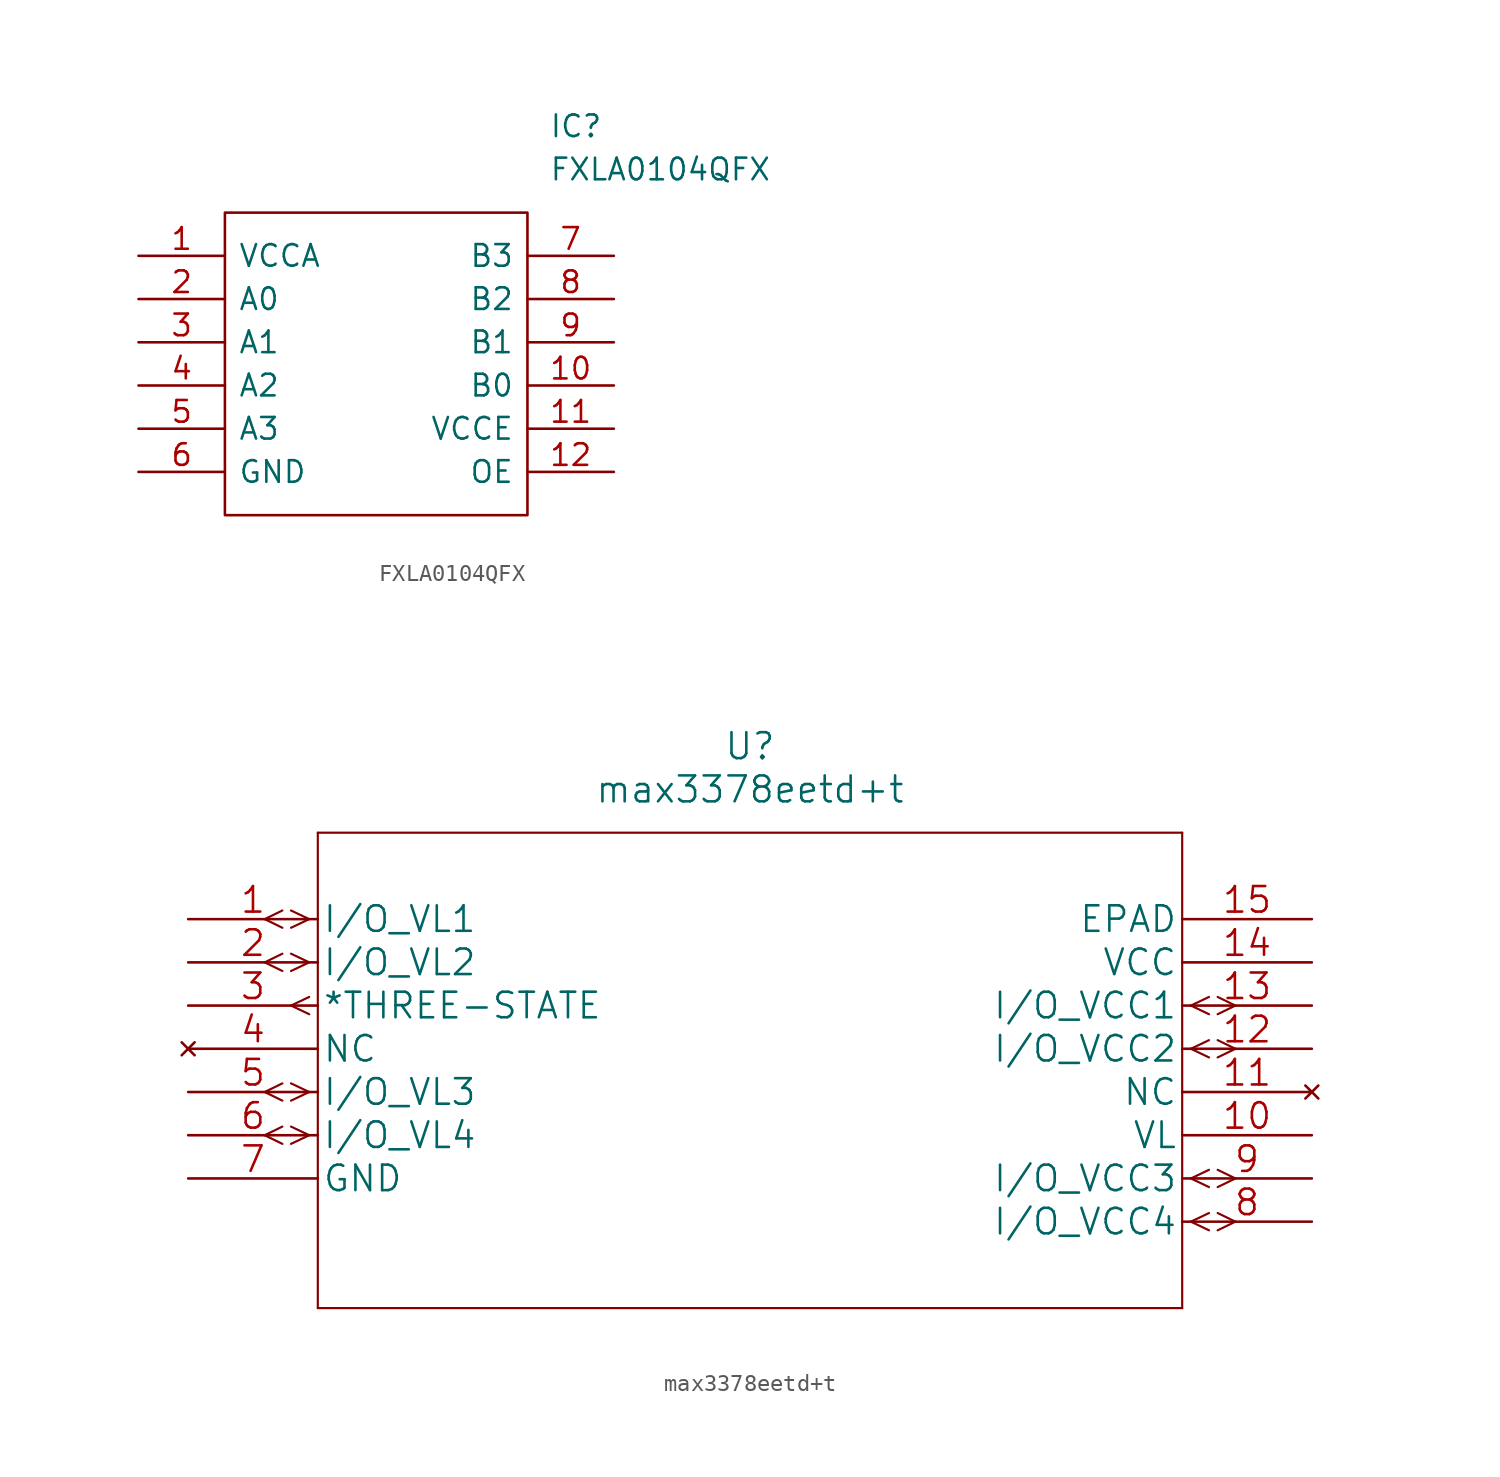
<source format=kicad_sym>
(kicad_symbol_lib
  (version 20211014)
  (generator kicad_symbol_editor)
  (symbol "FXLA0104QFX"
    (pin_names
      (offset 0.762))
    (property "Reference" "IC"
      (at 24.13 7.62 0)
      (effects (font (size 1.27 1.27)) (justify left)))
    (property "Value" "FXLA0104QFX"
      (at 24.13 5.08 0)
      (effects (font (size 1.27 1.27)) (justify left)))
    (symbol "FXLA0104QFX_0_0"
      (pin passive line (at 0 0 0) (length 5.08) (name "VCCA" (effects (font (size 1.27 1.27)))) (number "1" (effects (font (size 1.27 1.27)))))
      (pin passive line (at 27.94 -7.62 180) (length 5.08) (name "B0" (effects (font (size 1.27 1.27)))) (number "10" (effects (font (size 1.27 1.27)))))
      (pin passive line (at 27.94 -10.16 180) (length 5.08) (name "VCCE" (effects (font (size 1.27 1.27)))) (number "11" (effects (font (size 1.27 1.27)))))
      (pin passive line (at 27.94 -12.7 180) (length 5.08) (name "OE" (effects (font (size 1.27 1.27)))) (number "12" (effects (font (size 1.27 1.27)))))
      (pin passive line (at 0 -2.54 0) (length 5.08) (name "A0" (effects (font (size 1.27 1.27)))) (number "2" (effects (font (size 1.27 1.27)))))
      (pin passive line (at 0 -5.08 0) (length 5.08) (name "A1" (effects (font (size 1.27 1.27)))) (number "3" (effects (font (size 1.27 1.27)))))
      (pin passive line (at 0 -7.62 0) (length 5.08) (name "A2" (effects (font (size 1.27 1.27)))) (number "4" (effects (font (size 1.27 1.27)))))
      (pin passive line (at 0 -10.16 0) (length 5.08) (name "A3" (effects (font (size 1.27 1.27)))) (number "5" (effects (font (size 1.27 1.27)))))
      (pin passive line (at 0 -12.7 0) (length 5.08) (name "GND" (effects (font (size 1.27 1.27)))) (number "6" (effects (font (size 1.27 1.27)))))
      (pin passive line (at 27.94 0 180) (length 5.08) (name "B3" (effects (font (size 1.27 1.27)))) (number "7" (effects (font (size 1.27 1.27)))))
      (pin passive line (at 27.94 -2.54 180) (length 5.08) (name "B2" (effects (font (size 1.27 1.27)))) (number "8" (effects (font (size 1.27 1.27)))))
      (pin passive line (at 27.94 -5.08 180) (length 5.08) (name "B1" (effects (font (size 1.27 1.27)))) (number "9" (effects (font (size 1.27 1.27))))))
    (symbol "FXLA0104QFX_0_1"
      (polyline (pts (xy 5.08 2.54) (xy 22.86 2.54) (xy 22.86 -15.24) (xy 5.08 -15.24) (xy 5.08 2.54)) (stroke (width 0.152) (type default) (color 0 0 0 0)) (fill (type none)))))
  (symbol "max3378eetd+t"
    (pin_names
      (offset 0.254))
    (property "Reference" "U"
      (at 33.02 10.16 0)
      (effects (font (size 1.524 1.524))))
    (property "Value" "max3378eetd+t"
      (at 33.02 7.62 0)
      (effects (font (size 1.524 1.524))))
    (property "Datasheet" ""
      (at 0 0 0)
      (effects (font (size 1.524 1.524))))
    (symbol "max3378eetd+t_1_1"
      (polyline (pts (xy 5.537 -13.208) (xy 4.496 -12.7)) (stroke (width 0.127) (type default) (color 0 0 0 0)) (fill (type none)))
      (polyline (pts (xy 5.537 -12.192) (xy 4.496 -12.7)) (stroke (width 0.127) (type default) (color 0 0 0 0)) (fill (type none)))
      (polyline (pts (xy 5.537 -10.668) (xy 4.496 -10.16)) (stroke (width 0.127) (type default) (color 0 0 0 0)) (fill (type none)))
      (polyline (pts (xy 5.537 -9.652) (xy 4.496 -10.16)) (stroke (width 0.127) (type default) (color 0 0 0 0)) (fill (type none)))
      (polyline (pts (xy 5.537 -3.048) (xy 4.496 -2.54)) (stroke (width 0.127) (type default) (color 0 0 0 0)) (fill (type none)))
      (polyline (pts (xy 5.537 -2.032) (xy 4.496 -2.54)) (stroke (width 0.127) (type default) (color 0 0 0 0)) (fill (type none)))
      (polyline (pts (xy 5.537 -0.508) (xy 4.496 0)) (stroke (width 0.127) (type default) (color 0 0 0 0)) (fill (type none)))
      (polyline (pts (xy 5.537 0.508) (xy 4.496 0)) (stroke (width 0.127) (type default) (color 0 0 0 0)) (fill (type none)))
      (polyline (pts (xy 7.112 -12.7) (xy 6.045 -13.208)) (stroke (width 0.127) (type default) (color 0 0 0 0)) (fill (type none)))
      (polyline (pts (xy 7.112 -12.7) (xy 6.045 -12.192)) (stroke (width 0.127) (type default) (color 0 0 0 0)) (fill (type none)))
      (polyline (pts (xy 7.112 -10.16) (xy 6.045 -10.668)) (stroke (width 0.127) (type default) (color 0 0 0 0)) (fill (type none)))
      (polyline (pts (xy 7.112 -10.16) (xy 6.045 -9.652)) (stroke (width 0.127) (type default) (color 0 0 0 0)) (fill (type none)))
      (polyline (pts (xy 7.112 -5.588) (xy 6.045 -5.08)) (stroke (width 0.127) (type default) (color 0 0 0 0)) (fill (type none)))
      (polyline (pts (xy 7.112 -4.572) (xy 6.045 -5.08)) (stroke (width 0.127) (type default) (color 0 0 0 0)) (fill (type none)))
      (polyline (pts (xy 7.112 -2.54) (xy 6.045 -3.048)) (stroke (width 0.127) (type default) (color 0 0 0 0)) (fill (type none)))
      (polyline (pts (xy 7.112 -2.54) (xy 6.045 -2.032)) (stroke (width 0.127) (type default) (color 0 0 0 0)) (fill (type none)))
      (polyline (pts (xy 7.112 0) (xy 6.045 -0.508)) (stroke (width 0.127) (type default) (color 0 0 0 0)) (fill (type none)))
      (polyline (pts (xy 7.112 0) (xy 6.045 0.508)) (stroke (width 0.127) (type default) (color 0 0 0 0)) (fill (type none)))
      (polyline (pts (xy 7.62 -22.86) (xy 58.42 -22.86)) (stroke (width 0.127) (type default) (color 0 0 0 0)) (fill (type none)))
      (polyline (pts (xy 7.62 5.08) (xy 7.62 -22.86)) (stroke (width 0.127) (type default) (color 0 0 0 0)) (fill (type none)))
      (polyline (pts (xy 58.42 -22.86) (xy 58.42 5.08)) (stroke (width 0.127) (type default) (color 0 0 0 0)) (fill (type none)))
      (polyline (pts (xy 58.42 5.08) (xy 7.62 5.08)) (stroke (width 0.127) (type default) (color 0 0 0 0)) (fill (type none)))
      (polyline (pts (xy 58.928 -17.78) (xy 59.995 -18.288)) (stroke (width 0.127) (type default) (color 0 0 0 0)) (fill (type none)))
      (polyline (pts (xy 58.928 -17.78) (xy 59.995 -17.272)) (stroke (width 0.127) (type default) (color 0 0 0 0)) (fill (type none)))
      (polyline (pts (xy 58.928 -15.24) (xy 59.995 -15.748)) (stroke (width 0.127) (type default) (color 0 0 0 0)) (fill (type none)))
      (polyline (pts (xy 58.928 -15.24) (xy 59.995 -14.732)) (stroke (width 0.127) (type default) (color 0 0 0 0)) (fill (type none)))
      (polyline (pts (xy 58.928 -7.62) (xy 59.995 -8.128)) (stroke (width 0.127) (type default) (color 0 0 0 0)) (fill (type none)))
      (polyline (pts (xy 58.928 -7.62) (xy 59.995 -7.112)) (stroke (width 0.127) (type default) (color 0 0 0 0)) (fill (type none)))
      (polyline (pts (xy 58.928 -5.08) (xy 59.995 -5.588)) (stroke (width 0.127) (type default) (color 0 0 0 0)) (fill (type none)))
      (polyline (pts (xy 58.928 -5.08) (xy 59.995 -4.572)) (stroke (width 0.127) (type default) (color 0 0 0 0)) (fill (type none)))
      (polyline (pts (xy 60.503 -18.288) (xy 61.544 -17.78)) (stroke (width 0.127) (type default) (color 0 0 0 0)) (fill (type none)))
      (polyline (pts (xy 60.503 -17.272) (xy 61.544 -17.78)) (stroke (width 0.127) (type default) (color 0 0 0 0)) (fill (type none)))
      (polyline (pts (xy 60.503 -15.748) (xy 61.544 -15.24)) (stroke (width 0.127) (type default) (color 0 0 0 0)) (fill (type none)))
      (polyline (pts (xy 60.503 -14.732) (xy 61.544 -15.24)) (stroke (width 0.127) (type default) (color 0 0 0 0)) (fill (type none)))
      (polyline (pts (xy 60.503 -8.128) (xy 61.544 -7.62)) (stroke (width 0.127) (type default) (color 0 0 0 0)) (fill (type none)))
      (polyline (pts (xy 60.503 -7.112) (xy 61.544 -7.62)) (stroke (width 0.127) (type default) (color 0 0 0 0)) (fill (type none)))
      (polyline (pts (xy 60.503 -5.588) (xy 61.544 -5.08)) (stroke (width 0.127) (type default) (color 0 0 0 0)) (fill (type none)))
      (polyline (pts (xy 60.503 -4.572) (xy 61.544 -5.08)) (stroke (width 0.127) (type default) (color 0 0 0 0)) (fill (type none)))
      (pin bidirectional line (at 0 0 0) (length 7.62) (name "I/O_VL1" (effects (font (size 1.499 1.499)))) (number "1" (effects (font (size 1.499 1.499)))))
      (pin power_in line (at 66.04 -12.7 180) (length 7.62) (name "VL" (effects (font (size 1.499 1.499)))) (number "10" (effects (font (size 1.499 1.499)))))
      (pin no_connect line (at 66.04 -10.16 180) (length 7.62) (name "NC" (effects (font (size 1.499 1.499)))) (number "11" (effects (font (size 1.499 1.499)))))
      (pin bidirectional line (at 66.04 -7.62 180) (length 7.62) (name "I/O_VCC2" (effects (font (size 1.499 1.499)))) (number "12" (effects (font (size 1.499 1.499)))))
      (pin bidirectional line (at 66.04 -5.08 180) (length 7.62) (name "I/O_VCC1" (effects (font (size 1.499 1.499)))) (number "13" (effects (font (size 1.499 1.499)))))
      (pin power_in line (at 66.04 -2.54 180) (length 7.62) (name "VCC" (effects (font (size 1.499 1.499)))) (number "14" (effects (font (size 1.499 1.499)))))
      (pin power_in line (at 66.04 0 180) (length 7.62) (name "EPAD" (effects (font (size 1.499 1.499)))) (number "15" (effects (font (size 1.499 1.499)))))
      (pin bidirectional line (at 0 -2.54 0) (length 7.62) (name "I/O_VL2" (effects (font (size 1.499 1.499)))) (number "2" (effects (font (size 1.499 1.499)))))
      (pin output line (at 0 -5.08 0) (length 7.62) (name "*THREE-STATE" (effects (font (size 1.499 1.499)))) (number "3" (effects (font (size 1.499 1.499)))))
      (pin no_connect line (at 0 -7.62 0) (length 7.62) (name "NC" (effects (font (size 1.499 1.499)))) (number "4" (effects (font (size 1.499 1.499)))))
      (pin bidirectional line (at 0 -10.16 0) (length 7.62) (name "I/O_VL3" (effects (font (size 1.499 1.499)))) (number "5" (effects (font (size 1.499 1.499)))))
      (pin bidirectional line (at 0 -12.7 0) (length 7.62) (name "I/O_VL4" (effects (font (size 1.499 1.499)))) (number "6" (effects (font (size 1.499 1.499)))))
      (pin power_in line (at 0 -15.24 0) (length 7.62) (name "GND" (effects (font (size 1.499 1.499)))) (number "7" (effects (font (size 1.499 1.499)))))
      (pin bidirectional line (at 66.04 -17.78 180) (length 7.62) (name "I/O_VCC4" (effects (font (size 1.499 1.499)))) (number "8" (effects (font (size 1.499 1.499)))))
      (pin bidirectional line (at 66.04 -15.24 180) (length 7.62) (name "I/O_VCC3" (effects (font (size 1.499 1.499)))) (number "9" (effects (font (size 1.499 1.499))))))))
</source>
